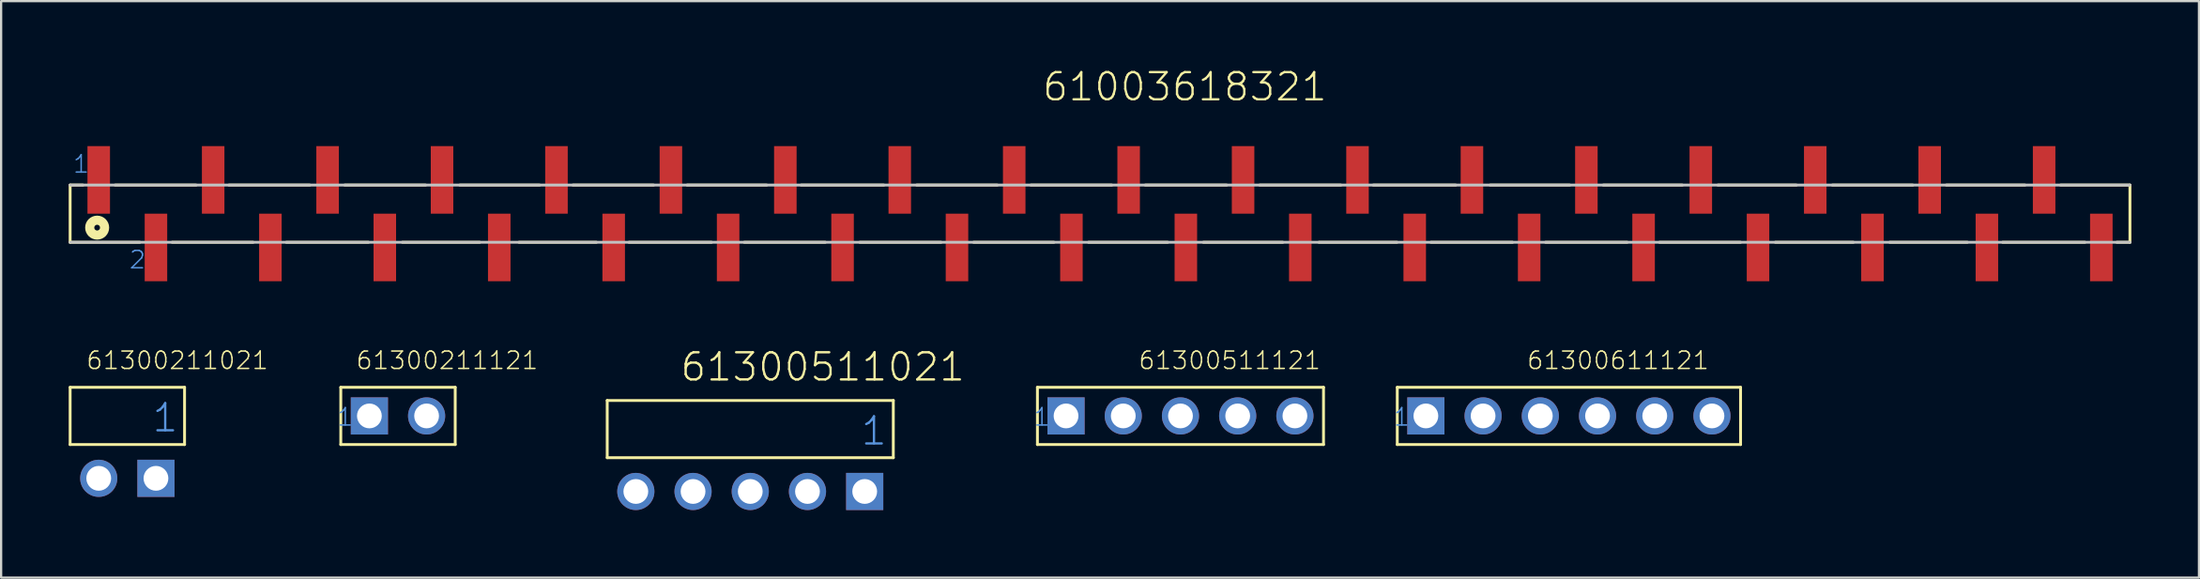
<source format=kicad_pcb>
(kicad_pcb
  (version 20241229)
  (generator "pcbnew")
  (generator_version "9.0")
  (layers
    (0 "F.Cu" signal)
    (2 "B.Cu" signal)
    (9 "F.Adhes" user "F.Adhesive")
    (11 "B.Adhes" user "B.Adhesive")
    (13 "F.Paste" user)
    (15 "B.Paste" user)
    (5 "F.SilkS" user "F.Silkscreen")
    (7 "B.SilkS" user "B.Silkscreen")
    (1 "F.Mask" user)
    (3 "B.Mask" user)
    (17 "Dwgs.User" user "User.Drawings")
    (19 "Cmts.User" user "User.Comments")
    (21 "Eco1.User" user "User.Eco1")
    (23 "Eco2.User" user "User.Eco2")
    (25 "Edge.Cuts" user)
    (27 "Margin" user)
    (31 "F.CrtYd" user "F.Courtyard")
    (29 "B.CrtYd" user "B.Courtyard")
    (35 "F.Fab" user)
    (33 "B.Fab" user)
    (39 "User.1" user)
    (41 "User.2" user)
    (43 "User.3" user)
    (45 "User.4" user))
  (footprint "61300511121"
    (layer "F.Cu")
    (at 49.354 15.417)
    (property "Reference" "61300511121" (at -1.905 -2.012 0) (layer "F.SilkS") (effects (font (size 0.772 0.772) (thickness 0.065)) (justify left bottom)))
    (attr through_hole)
    (fp_line (start -6.35 -1.27) (end -6.35 1.27) (stroke (width 0.127) (type solid)) (layer "F.SilkS"))
    (fp_line (start -6.35 1.27) (end 6.35 1.27) (stroke (width 0.127) (type solid)) (layer "F.SilkS"))
    (fp_line (start 6.35 -1.27) (end -6.35 -1.27) (stroke (width 0.127) (type solid)) (layer "F.SilkS"))
    (fp_line (start 6.35 1.27) (end 6.35 -1.27) (stroke (width 0.127) (type solid)) (layer "F.SilkS"))
    (fp_text user "1" (at -6.56 0.5 0) (layer "Cmts.User") (effects (font (size 0.772 0.772) (thickness 0.065)) (justify left bottom)))
    (pad "1" thru_hole rect (at -5.08 0) (size 1.65 1.65) (drill 1.1) (layers "*.Cu" "*.Mask"))
    (pad "2" thru_hole circle (at -2.54 0) (size 1.65 1.65) (drill 1.1) (layers "*.Cu" "*.Mask"))
    (pad "3" thru_hole circle (at 0 0) (size 1.65 1.65) (drill 1.1) (layers "*.Cu" "*.Mask"))
    (pad "4" thru_hole circle (at 2.54 0) (size 1.65 1.65) (drill 1.1) (layers "*.Cu" "*.Mask"))
    (pad "5" thru_hole circle (at 5.08 0) (size 1.65 1.65) (drill 1.1) (layers "*.Cu" "*.Mask")))
  (footprint "61300211121"
    (layer "F.Cu")
    (at 14.618 15.417)
    (property "Reference" "61300211121" (at -1.905 -2.012 0) (layer "F.SilkS") (effects (font (size 0.772 0.772) (thickness 0.065)) (justify left bottom)))
    (attr through_hole)
    (fp_line (start -2.54 -1.27) (end -2.54 1.27) (stroke (width 0.127) (type solid)) (layer "F.SilkS"))
    (fp_line (start -2.54 1.27) (end 2.54 1.27) (stroke (width 0.127) (type solid)) (layer "F.SilkS"))
    (fp_line (start 2.54 -1.27) (end -2.54 -1.27) (stroke (width 0.127) (type solid)) (layer "F.SilkS"))
    (fp_line (start 2.54 1.27) (end 2.54 -1.27) (stroke (width 0.127) (type solid)) (layer "F.SilkS"))
    (fp_text user "1" (at -2.75 0.5 0) (layer "Cmts.User") (effects (font (size 0.772 0.772) (thickness 0.065)) (justify left bottom)))
    (pad "1" thru_hole rect (at -1.27 0 90) (size 1.65 1.65) (drill 1.1) (layers "*.Cu" "*.Mask"))
    (pad "2" thru_hole circle (at 1.27 0) (size 1.65 1.65) (drill 1.1) (layers "*.Cu" "*.Mask")))
  (footprint "61300211021"
    (layer "F.Cu")
    (at 2.603 18.187)
    (property "Reference" "61300211021" (at -1.865 -4.782 0) (layer "F.SilkS") (effects (font (size 0.772 0.772) (thickness 0.065)) (justify left bottom)))
    (attr through_hole)
    (fp_line (start -2.54 -4.04) (end 2.54 -4.04) (stroke (width 0.127) (type solid)) (layer "F.SilkS"))
    (fp_line (start -2.54 -1.5) (end -2.54 -4.04) (stroke (width 0.127) (type solid)) (layer "F.SilkS"))
    (fp_line (start 2.54 -4.04) (end 2.54 -1.5) (stroke (width 0.127) (type solid)) (layer "F.SilkS"))
    (fp_line (start 2.54 -1.5) (end -2.54 -1.5) (stroke (width 0.127) (type solid)) (layer "F.SilkS"))
    (fp_text user "1" (at 1.04 -1.98 0) (layer "Cmts.User") (effects (font (size 1.206 1.206) (thickness 0.102)) (justify left bottom)))
    (pad "1" thru_hole rect (at 1.27 0) (size 1.65 1.65) (drill 1.1) (layers "*.Cu" "*.Mask"))
    (pad "2" thru_hole circle (at -1.27 0) (size 1.65 1.65) (drill 1.1) (layers "*.Cu" "*.Mask")))
  (footprint "61300511021"
    (layer "F.Cu")
    (at 30.256 18.771)
    (property "Reference" "61300511021" (at -3.165 -4.822 0) (layer "F.SilkS") (effects (font (size 1.206 1.206) (thickness 0.102)) (justify left bottom)))
    (attr through_hole)
    (fp_line (start -6.35 -4.04) (end 6.35 -4.04) (stroke (width 0.127) (type solid)) (layer "F.SilkS"))
    (fp_line (start -6.35 -1.5) (end -6.35 -4.04) (stroke (width 0.127) (type solid)) (layer "F.SilkS"))
    (fp_line (start 6.35 -4.04) (end 6.35 -1.5) (stroke (width 0.127) (type solid)) (layer "F.SilkS"))
    (fp_line (start 6.35 -1.5) (end -6.35 -1.5) (stroke (width 0.127) (type solid)) (layer "F.SilkS"))
    (fp_text user "1" (at 4.85 -1.98 0) (layer "Cmts.User") (effects (font (size 1.206 1.206) (thickness 0.102)) (justify left bottom)))
    (pad "1" thru_hole rect (at 5.08 0) (size 1.65 1.65) (drill 1.1) (layers "*.Cu" "*.Mask"))
    (pad "2" thru_hole circle (at 2.54 0) (size 1.65 1.65) (drill 1.1) (layers "*.Cu" "*.Mask"))
    (pad "3" thru_hole circle (at 0 0) (size 1.65 1.65) (drill 1.1) (layers "*.Cu" "*.Mask"))
    (pad "4" thru_hole circle (at -2.54 0) (size 1.65 1.65) (drill 1.1) (layers "*.Cu" "*.Mask"))
    (pad "5" thru_hole circle (at -5.08 0) (size 1.65 1.65) (drill 1.1) (layers "*.Cu" "*.Mask")))
  (footprint "61300611121"
    (layer "F.Cu")
    (at 66.598 15.417)
    (property "Reference" "61300611121" (at -1.905 -2.012 0) (layer "F.SilkS") (effects (font (size 0.772 0.772) (thickness 0.065)) (justify left bottom)))
    (attr through_hole)
    (fp_line (start -7.62 -1.27) (end -7.62 1.27) (stroke (width 0.127) (type solid)) (layer "F.SilkS"))
    (fp_line (start -7.62 1.27) (end 7.62 1.27) (stroke (width 0.127) (type solid)) (layer "F.SilkS"))
    (fp_line (start 7.62 -1.27) (end -7.62 -1.27) (stroke (width 0.127) (type solid)) (layer "F.SilkS"))
    (fp_line (start 7.62 1.27) (end 7.62 -1.27) (stroke (width 0.127) (type solid)) (layer "F.SilkS"))
    (fp_text user "1" (at -7.83 0.5 0) (layer "Cmts.User") (effects (font (size 0.772 0.772) (thickness 0.065)) (justify left bottom)))
    (pad "1" thru_hole rect (at -6.35 0) (size 1.65 1.65) (drill 1.1) (layers "*.Cu" "*.Mask"))
    (pad "2" thru_hole circle (at -3.81 0) (size 1.65 1.65) (drill 1.1) (layers "*.Cu" "*.Mask"))
    (pad "3" thru_hole circle (at -1.27 0) (size 1.65 1.65) (drill 1.1) (layers "*.Cu" "*.Mask"))
    (pad "4" thru_hole circle (at 1.27 0) (size 1.65 1.65) (drill 1.1) (layers "*.Cu" "*.Mask"))
    (pad "5" thru_hole circle (at 3.81 0) (size 1.65 1.65) (drill 1.1) (layers "*.Cu" "*.Mask"))
    (pad "6" thru_hole circle (at 6.35 0) (size 1.65 1.65) (drill 1.1) (layers "*.Cu" "*.Mask")))
  (footprint "61003618321"
    (layer "F.Cu")
    (at 45.783 6.437)
    (property "Reference" "61003618321" (at -2.622 -4.926 0) (layer "F.SilkS") (effects (font (size 1.206 1.206) (thickness 0.102)) (justify left bottom)))
    (attr through_hole)
    (fp_line (start -45.72 -1.27) (end -45.72 1.27) (stroke (width 0.127) (type solid)) (layer "F.SilkS"))
    (fp_line (start -45.15 -1.27) (end -45.72 -1.27) (stroke (width 0.127) (type solid)) (layer "F.SilkS"))
    (fp_line (start -43.72 -1.27) (end -40.13 -1.27) (stroke (width 0.127) (type solid)) (layer "F.SilkS"))
    (fp_line (start -42.63 1.27) (end -45.72 1.27) (stroke (width 0.127) (type solid)) (layer "F.SilkS"))
    (fp_line (start -41.19 1.27) (end -37.6 1.27) (stroke (width 0.127) (type solid)) (layer "F.SilkS"))
    (fp_line (start -38.67 -1.27) (end -35.08 -1.27) (stroke (width 0.127) (type solid)) (layer "F.SilkS"))
    (fp_line (start -36.12 1.27) (end -32.48 1.27) (stroke (width 0.127) (type solid)) (layer "F.SilkS"))
    (fp_line (start -33.53 -1.27) (end -29.94 -1.27) (stroke (width 0.127) (type solid)) (layer "F.SilkS"))
    (fp_line (start -30.97 1.27) (end -27.54 1.27) (stroke (width 0.127) (type solid)) (layer "F.SilkS"))
    (fp_line (start -28.42 -1.27) (end -24.88 -1.27) (stroke (width 0.127) (type solid)) (layer "F.SilkS"))
    (fp_line (start -25.79 1.27) (end -22.36 1.27) (stroke (width 0.127) (type solid)) (layer "F.SilkS"))
    (fp_line (start -23.4 -1.27) (end -19.82 -1.27) (stroke (width 0.127) (type solid)) (layer "F.SilkS"))
    (fp_line (start -20.91 1.27) (end -17.25 1.27) (stroke (width 0.127) (type solid)) (layer "F.SilkS"))
    (fp_line (start -18.33 -1.27) (end -14.8 -1.27) (stroke (width 0.127) (type solid)) (layer "F.SilkS"))
    (fp_line (start -15.79 1.27) (end -12.2 1.27) (stroke (width 0.127) (type solid)) (layer "F.SilkS"))
    (fp_line (start -13.27 -1.27) (end -9.6 -1.27) (stroke (width 0.127) (type solid)) (layer "F.SilkS"))
    (fp_line (start -10.66 1.27) (end -7.06 1.27) (stroke (width 0.127) (type solid)) (layer "F.SilkS"))
    (fp_line (start -8.14 -1.27) (end -4.56 -1.27) (stroke (width 0.127) (type solid)) (layer "F.SilkS"))
    (fp_line (start -5.61 1.27) (end -2.05 1.27) (stroke (width 0.127) (type solid)) (layer "F.SilkS"))
    (fp_line (start -3.07 -1.27) (end 0.52 -1.27) (stroke (width 0.127) (type solid)) (layer "F.SilkS"))
    (fp_line (start -0.51 1.27) (end 3 1.27) (stroke (width 0.127) (type solid)) (layer "F.SilkS"))
    (fp_line (start 2.01 -1.27) (end 5.62 -1.27) (stroke (width 0.127) (type solid)) (layer "F.SilkS"))
    (fp_line (start 4.59 1.27) (end 8.11 1.27) (stroke (width 0.127) (type solid)) (layer "F.SilkS"))
    (fp_line (start 7.09 -1.27) (end 10.69 -1.27) (stroke (width 0.127) (type solid)) (layer "F.SilkS"))
    (fp_line (start 9.72 1.27) (end 13.18 1.27) (stroke (width 0.127) (type solid)) (layer "F.SilkS"))
    (fp_line (start 12.13 -1.27) (end 15.79 -1.27) (stroke (width 0.127) (type solid)) (layer "F.SilkS"))
    (fp_line (start 14.69 1.27) (end 18.31 1.27) (stroke (width 0.127) (type solid)) (layer "F.SilkS"))
    (fp_line (start 17.32 -1.27) (end 20.85 -1.27) (stroke (width 0.127) (type solid)) (layer "F.SilkS"))
    (fp_line (start 19.78 1.27) (end 23.4 1.27) (stroke (width 0.127) (type solid)) (layer "F.SilkS"))
    (fp_line (start 22.34 -1.27) (end 25.85 -1.27) (stroke (width 0.127) (type solid)) (layer "F.SilkS"))
    (fp_line (start 24.84 1.27) (end 28.43 1.27) (stroke (width 0.127) (type solid)) (layer "F.SilkS"))
    (fp_line (start 27.43 -1.27) (end 30.91 -1.27) (stroke (width 0.127) (type solid)) (layer "F.SilkS"))
    (fp_line (start 29.98 1.27) (end 33.44 1.27) (stroke (width 0.127) (type solid)) (layer "F.SilkS"))
    (fp_line (start 32.51 -1.27) (end 36.08 -1.27) (stroke (width 0.127) (type solid)) (layer "F.SilkS"))
    (fp_line (start 35.06 1.27) (end 38.5 1.27) (stroke (width 0.127) (type solid)) (layer "F.SilkS"))
    (fp_line (start 37.57 -1.27) (end 41.06 -1.27) (stroke (width 0.127) (type solid)) (layer "F.SilkS"))
    (fp_line (start 40.07 1.27) (end 43.72 1.27) (stroke (width 0.127) (type solid)) (layer "F.SilkS"))
    (fp_line (start 42.64 -1.27) (end 45.72 -1.27) (stroke (width 0.127) (type solid)) (layer "F.SilkS"))
    (fp_line (start 45.14 1.27) (end 45.72 1.27) (stroke (width 0.127) (type solid)) (layer "F.SilkS"))
    (fp_line (start 45.72 1.27) (end 45.72 -1.27) (stroke (width 0.127) (type solid)) (layer "F.SilkS"))
    (fp_circle (center -44.52 0.62) (end -44.393 0.62) (stroke (width 0.406) (type solid)) (fill no) (layer "F.SilkS"))
    (fp_line (start -45.72 1.27) (end 45.72 1.27) (stroke (width 0.127) (type solid)) (layer "Dwgs.User"))
    (fp_line (start 45.72 -1.27) (end -45.72 -1.27) (stroke (width 0.127) (type solid)) (layer "Dwgs.User"))
    (fp_text user "2" (at -43.14 2.5 0) (layer "Cmts.User") (effects (font (size 0.772 0.772) (thickness 0.065)) (justify left bottom)))
    (fp_text user "1" (at -45.64 -1.75 0) (layer "Cmts.User") (effects (font (size 0.772 0.772) (thickness 0.065)) (justify left bottom)))
    (pad "1" smd rect (at -44.45 -1.5) (size 1 3) (layers "F.Cu" "F.Mask" "F.Paste"))
    (pad "2" smd rect (at -41.91 1.5) (size 1 3) (layers "F.Cu" "F.Mask" "F.Paste"))
    (pad "3" smd rect (at -39.37 -1.5) (size 1 3) (layers "F.Cu" "F.Mask" "F.Paste"))
    (pad "4" smd rect (at -36.83 1.5) (size 1 3) (layers "F.Cu" "F.Mask" "F.Paste"))
    (pad "5" smd rect (at -34.29 -1.5) (size 1 3) (layers "F.Cu" "F.Mask" "F.Paste"))
    (pad "6" smd rect (at -31.75 1.5) (size 1 3) (layers "F.Cu" "F.Mask" "F.Paste"))
    (pad "7" smd rect (at -29.21 -1.5) (size 1 3) (layers "F.Cu" "F.Mask" "F.Paste"))
    (pad "8" smd rect (at -26.67 1.5) (size 1 3) (layers "F.Cu" "F.Mask" "F.Paste"))
    (pad "9" smd rect (at -24.13 -1.5) (size 1 3) (layers "F.Cu" "F.Mask" "F.Paste"))
    (pad "10" smd rect (at -21.59 1.5) (size 1 3) (layers "F.Cu" "F.Mask" "F.Paste"))
    (pad "11" smd rect (at -19.05 -1.5) (size 1 3) (layers "F.Cu" "F.Mask" "F.Paste"))
    (pad "12" smd rect (at -16.51 1.5) (size 1 3) (layers "F.Cu" "F.Mask" "F.Paste"))
    (pad "13" smd rect (at -13.97 -1.5) (size 1 3) (layers "F.Cu" "F.Mask" "F.Paste"))
    (pad "14" smd rect (at -11.43 1.5) (size 1 3) (layers "F.Cu" "F.Mask" "F.Paste"))
    (pad "15" smd rect (at -8.89 -1.5) (size 1 3) (layers "F.Cu" "F.Mask" "F.Paste"))
    (pad "16" smd rect (at -6.35 1.5) (size 1 3) (layers "F.Cu" "F.Mask" "F.Paste"))
    (pad "17" smd rect (at -3.81 -1.5) (size 1 3) (layers "F.Cu" "F.Mask" "F.Paste"))
    (pad "18" smd rect (at -1.27 1.5) (size 1 3) (layers "F.Cu" "F.Mask" "F.Paste"))
    (pad "19" smd rect (at 1.27 -1.5 180) (size 1 3) (layers "F.Cu" "F.Mask" "F.Paste"))
    (pad "20" smd rect (at 3.81 1.5 180) (size 1 3) (layers "F.Cu" "F.Mask" "F.Paste"))
    (pad "21" smd rect (at 6.35 -1.5 180) (size 1 3) (layers "F.Cu" "F.Mask" "F.Paste"))
    (pad "22" smd rect (at 8.89 1.5 180) (size 1 3) (layers "F.Cu" "F.Mask" "F.Paste"))
    (pad "23" smd rect (at 11.43 -1.5 180) (size 1 3) (layers "F.Cu" "F.Mask" "F.Paste"))
    (pad "24" smd rect (at 13.97 1.5 180) (size 1 3) (layers "F.Cu" "F.Mask" "F.Paste"))
    (pad "25" smd rect (at 16.51 -1.5 180) (size 1 3) (layers "F.Cu" "F.Mask" "F.Paste"))
    (pad "26" smd rect (at 19.05 1.5 180) (size 1 3) (layers "F.Cu" "F.Mask" "F.Paste"))
    (pad "27" smd rect (at 21.59 -1.5 180) (size 1 3) (layers "F.Cu" "F.Mask" "F.Paste"))
    (pad "28" smd rect (at 24.13 1.5 180) (size 1 3) (layers "F.Cu" "F.Mask" "F.Paste"))
    (pad "29" smd rect (at 26.67 -1.5 180) (size 1 3) (layers "F.Cu" "F.Mask" "F.Paste"))
    (pad "30" smd rect (at 29.21 1.5 180) (size 1 3) (layers "F.Cu" "F.Mask" "F.Paste"))
    (pad "31" smd rect (at 31.75 -1.5 180) (size 1 3) (layers "F.Cu" "F.Mask" "F.Paste"))
    (pad "32" smd rect (at 34.29 1.5 180) (size 1 3) (layers "F.Cu" "F.Mask" "F.Paste"))
    (pad "33" smd rect (at 36.83 -1.5 180) (size 1 3) (layers "F.Cu" "F.Mask" "F.Paste"))
    (pad "34" smd rect (at 39.37 1.5 180) (size 1 3) (layers "F.Cu" "F.Mask" "F.Paste"))
    (pad "35" smd rect (at 41.91 -1.5 180) (size 1 3) (layers "F.Cu" "F.Mask" "F.Paste"))
    (pad "36" smd rect (at 44.45 1.5 180) (size 1 3) (layers "F.Cu" "F.Mask" "F.Paste")))
  (gr_rect
    (start -3 -3)
    (end 94.567 22.596)
    (stroke (width 0.1) (type default))
    (fill no)
    (layer "Edge.Cuts")))
</source>
